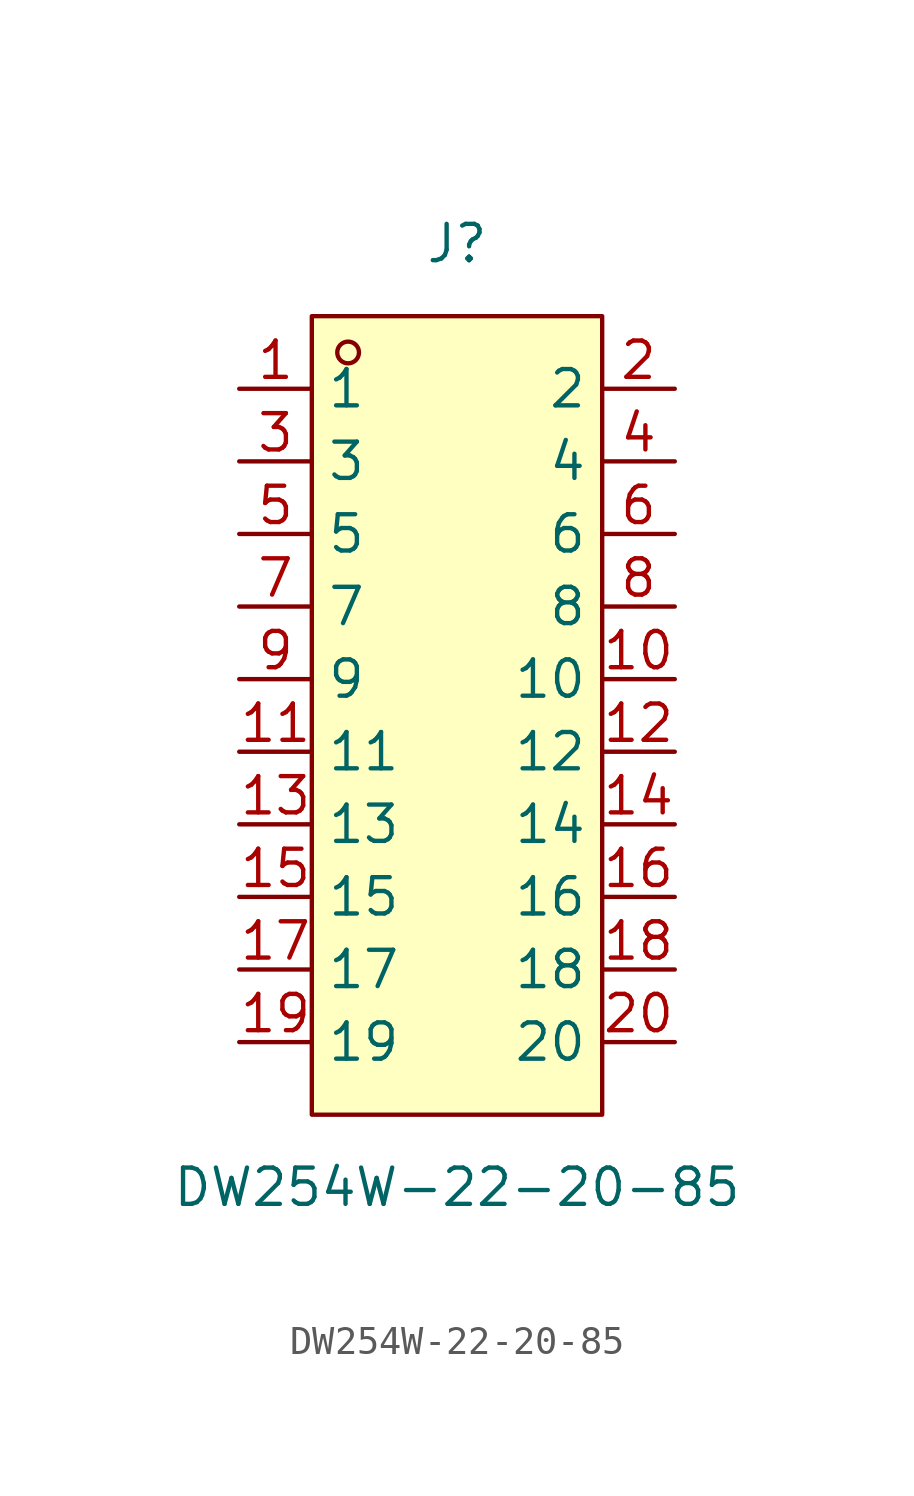
<source format=kicad_sym>
(kicad_symbol_lib
  (version 20220914)
  (generator kicad_symbol_editor)
  (symbol "DW254W-22-20-85"
    (property "Reference" "J"
      (at 0 16.51 0)
      (effects (font (size 1.27 1.27))))
    (property "Value" "DW254W-22-20-85"
      (at 0 -16.51 0)
      (effects (font (size 1.27 1.27))))
    (symbol "DW254W-22-20-85_0_1"
      (rectangle (start -5.08 13.97) (end 5.08 -13.97) (stroke (width 0) (type default)) (fill (type background)))
      (circle (center -3.81 12.7) (radius 0.38) (stroke (width 0) (type default)) (fill (type none))))
    (symbol "DW254W-22-20-85_1_1"
      (pin passive line (at -7.62 11.43 0) (length 2.54) (name "1" (effects (font (size 1.27 1.27)))) (number "1" (effects (font (size 1.27 1.27)))))
      (pin passive line (at 7.62 1.27 180) (length 2.54) (name "10" (effects (font (size 1.27 1.27)))) (number "10" (effects (font (size 1.27 1.27)))))
      (pin passive line (at -7.62 -1.27 0) (length 2.54) (name "11" (effects (font (size 1.27 1.27)))) (number "11" (effects (font (size 1.27 1.27)))))
      (pin passive line (at 7.62 -1.27 180) (length 2.54) (name "12" (effects (font (size 1.27 1.27)))) (number "12" (effects (font (size 1.27 1.27)))))
      (pin passive line (at -7.62 -3.81 0) (length 2.54) (name "13" (effects (font (size 1.27 1.27)))) (number "13" (effects (font (size 1.27 1.27)))))
      (pin passive line (at 7.62 -3.81 180) (length 2.54) (name "14" (effects (font (size 1.27 1.27)))) (number "14" (effects (font (size 1.27 1.27)))))
      (pin passive line (at -7.62 -6.35 0) (length 2.54) (name "15" (effects (font (size 1.27 1.27)))) (number "15" (effects (font (size 1.27 1.27)))))
      (pin passive line (at 7.62 -6.35 180) (length 2.54) (name "16" (effects (font (size 1.27 1.27)))) (number "16" (effects (font (size 1.27 1.27)))))
      (pin passive line (at -7.62 -8.89 0) (length 2.54) (name "17" (effects (font (size 1.27 1.27)))) (number "17" (effects (font (size 1.27 1.27)))))
      (pin passive line (at 7.62 -8.89 180) (length 2.54) (name "18" (effects (font (size 1.27 1.27)))) (number "18" (effects (font (size 1.27 1.27)))))
      (pin passive line (at -7.62 -11.43 0) (length 2.54) (name "19" (effects (font (size 1.27 1.27)))) (number "19" (effects (font (size 1.27 1.27)))))
      (pin passive line (at 7.62 11.43 180) (length 2.54) (name "2" (effects (font (size 1.27 1.27)))) (number "2" (effects (font (size 1.27 1.27)))))
      (pin passive line (at 7.62 -11.43 180) (length 2.54) (name "20" (effects (font (size 1.27 1.27)))) (number "20" (effects (font (size 1.27 1.27)))))
      (pin passive line (at -7.62 8.89 0) (length 2.54) (name "3" (effects (font (size 1.27 1.27)))) (number "3" (effects (font (size 1.27 1.27)))))
      (pin passive line (at 7.62 8.89 180) (length 2.54) (name "4" (effects (font (size 1.27 1.27)))) (number "4" (effects (font (size 1.27 1.27)))))
      (pin passive line (at -7.62 6.35 0) (length 2.54) (name "5" (effects (font (size 1.27 1.27)))) (number "5" (effects (font (size 1.27 1.27)))))
      (pin passive line (at 7.62 6.35 180) (length 2.54) (name "6" (effects (font (size 1.27 1.27)))) (number "6" (effects (font (size 1.27 1.27)))))
      (pin passive line (at -7.62 3.81 0) (length 2.54) (name "7" (effects (font (size 1.27 1.27)))) (number "7" (effects (font (size 1.27 1.27)))))
      (pin passive line (at 7.62 3.81 180) (length 2.54) (name "8" (effects (font (size 1.27 1.27)))) (number "8" (effects (font (size 1.27 1.27)))))
      (pin passive line (at -7.62 1.27 0) (length 2.54) (name "9" (effects (font (size 1.27 1.27)))) (number "9" (effects (font (size 1.27 1.27))))))))
</source>
